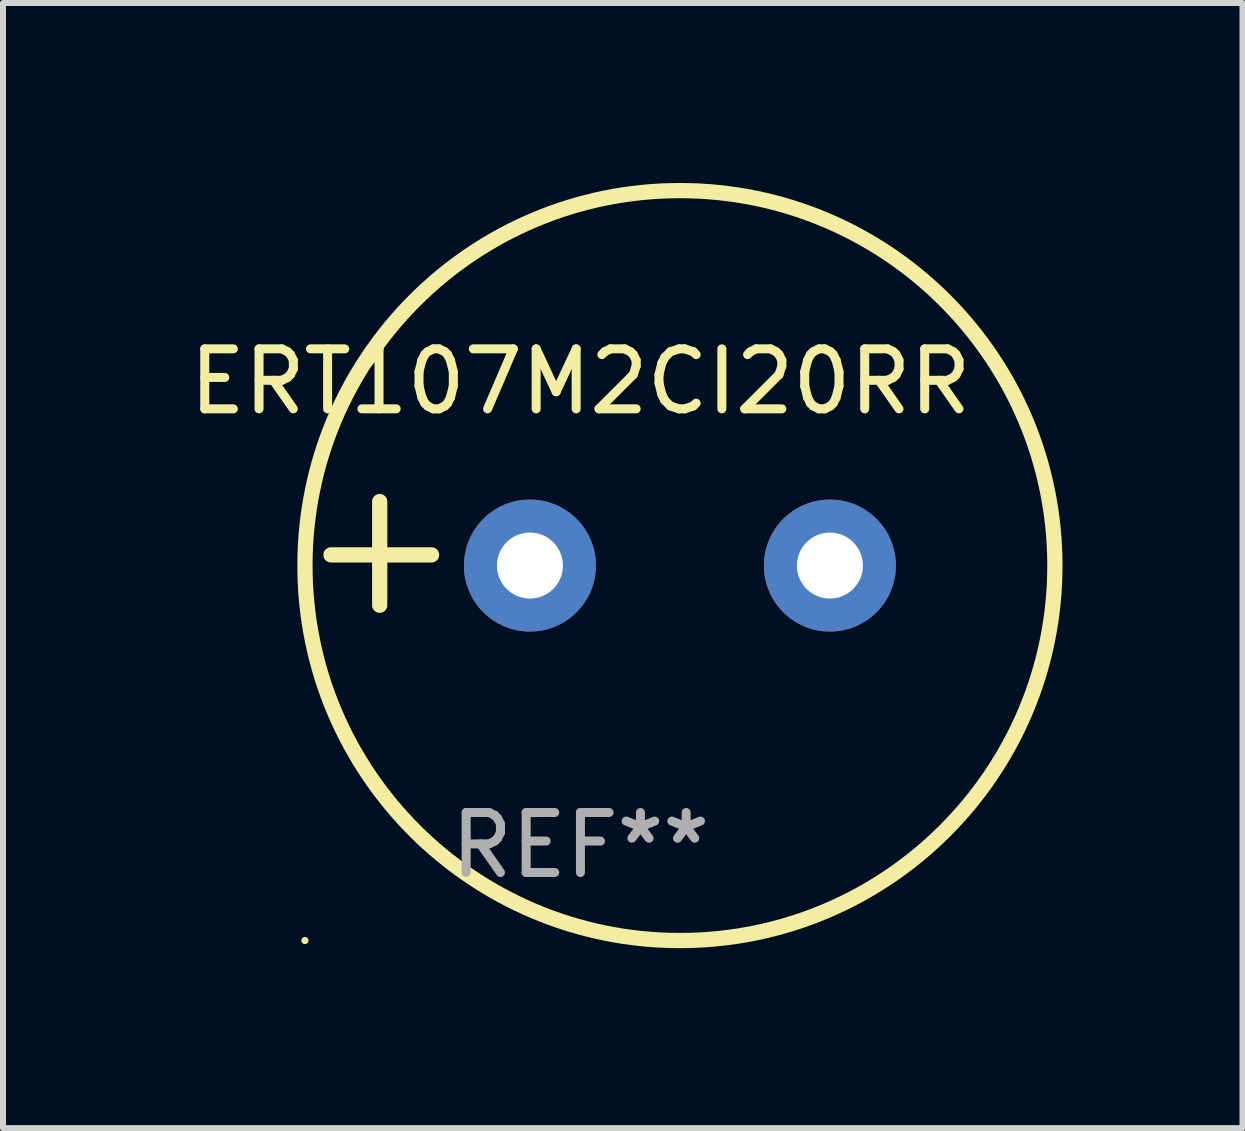
<source format=kicad_pcb>
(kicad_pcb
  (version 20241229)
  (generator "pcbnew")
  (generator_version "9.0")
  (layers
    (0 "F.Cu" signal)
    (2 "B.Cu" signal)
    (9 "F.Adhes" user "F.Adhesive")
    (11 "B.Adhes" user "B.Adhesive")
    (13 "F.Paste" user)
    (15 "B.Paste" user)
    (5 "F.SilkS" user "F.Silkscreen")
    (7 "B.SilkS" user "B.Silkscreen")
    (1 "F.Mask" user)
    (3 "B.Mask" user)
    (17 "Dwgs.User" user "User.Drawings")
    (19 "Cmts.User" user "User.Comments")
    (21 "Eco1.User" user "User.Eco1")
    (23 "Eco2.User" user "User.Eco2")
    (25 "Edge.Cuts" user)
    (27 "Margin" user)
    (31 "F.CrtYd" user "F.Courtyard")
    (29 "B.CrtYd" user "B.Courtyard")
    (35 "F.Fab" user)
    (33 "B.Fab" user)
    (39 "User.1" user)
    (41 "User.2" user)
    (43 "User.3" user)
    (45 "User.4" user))
  (footprint "ERT107M2CI20RR"
    (layer "F.Cu")
    (at 6.625 6.174)
    (property "Reference" "ERT107M2CI20RR" (at 0 -2.864 0) (layer "F.SilkS") (effects (font (size 1 1) (thickness 0.15))))
    (attr through_hole)
    (fp_line (start -3.346 0.864) (end -3.346 -0.864) (stroke (width 0.254) (type solid)) (layer "F.SilkS"))
    (fp_line (start -2.482 0.025) (end -4.158 0.025) (stroke (width 0.254) (type solid)) (layer "F.SilkS"))
    (fp_circle (center -4.592 6.453) (end -4.562 6.453) (stroke (width 0.06) (type solid)) (fill no) (layer "F.SilkS"))
    (fp_circle (center 1.658 0.203) (end 7.908 0.203) (stroke (width 0.254) (type solid)) (fill no) (layer "F.SilkS"))
    (fp_text user "REF**" (at 0 4.864 0) (layer "F.Fab") (effects (font (size 1 1) (thickness 0.15))))
    (pad "1" thru_hole circle (at -0.842 0.203) (size 2.2 2.2) (drill 1.1) (layers "*.Cu" "*.Mask"))
    (pad "2" thru_hole circle (at 4.158 0.203) (size 2.2 2.2) (drill 1.1) (layers "*.Cu" "*.Mask")))
  (gr_rect
    (start -3 -3)
    (end 17.66 15.754)
    (stroke (width 0.1) (type default))
    (fill no)
    (layer "Edge.Cuts")))
</source>
